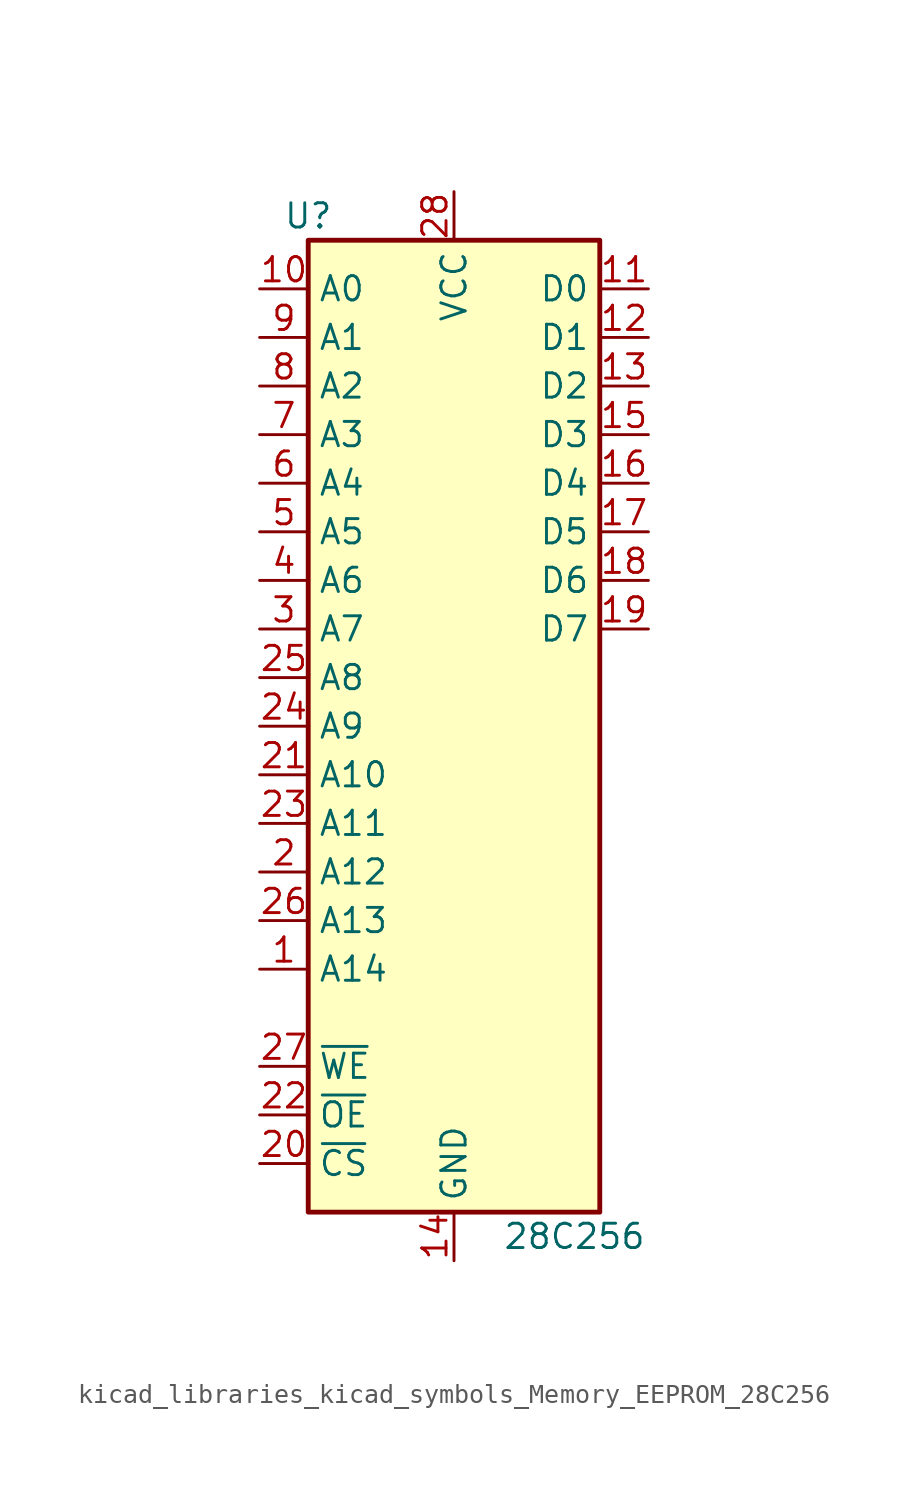
<source format=kicad_sym>
(kicad_symbol_lib
  (version 20220914)
  (generator kicad_symbol_editor)
  (symbol "kicad_libraries_kicad_symbols_Memory_EEPROM_28C256"
    (property "Reference" "U"
      (at -7.62 26.67 0)
      (effects (font (size 1.27 1.27))))
    (property "Value" "28C256"
      (at 2.54 -26.67 0)
      (effects (font (size 1.27 1.27)) (justify left)))
    (symbol "kicad_libraries_kicad_symbols_Memory_EEPROM_28C256_1_1"
      (rectangle (start -7.62 25.4) (end 7.62 -25.4) (stroke (width 0.254) (type default)) (fill (type background)))
      (pin input line (at -10.16 -12.7 0) (length 2.54) (name "A14" (effects (font (size 1.27 1.27)))) (number "1" (effects (font (size 1.27 1.27)))))
      (pin input line (at -10.16 22.86 0) (length 2.54) (name "A0" (effects (font (size 1.27 1.27)))) (number "10" (effects (font (size 1.27 1.27)))))
      (pin tri_state line (at 10.16 22.86 180) (length 2.54) (name "D0" (effects (font (size 1.27 1.27)))) (number "11" (effects (font (size 1.27 1.27)))))
      (pin tri_state line (at 10.16 20.32 180) (length 2.54) (name "D1" (effects (font (size 1.27 1.27)))) (number "12" (effects (font (size 1.27 1.27)))))
      (pin tri_state line (at 10.16 17.78 180) (length 2.54) (name "D2" (effects (font (size 1.27 1.27)))) (number "13" (effects (font (size 1.27 1.27)))))
      (pin power_in line (at 0 -27.94 90) (length 2.54) (name "GND" (effects (font (size 1.27 1.27)))) (number "14" (effects (font (size 1.27 1.27)))))
      (pin tri_state line (at 10.16 15.24 180) (length 2.54) (name "D3" (effects (font (size 1.27 1.27)))) (number "15" (effects (font (size 1.27 1.27)))))
      (pin tri_state line (at 10.16 12.7 180) (length 2.54) (name "D4" (effects (font (size 1.27 1.27)))) (number "16" (effects (font (size 1.27 1.27)))))
      (pin tri_state line (at 10.16 10.16 180) (length 2.54) (name "D5" (effects (font (size 1.27 1.27)))) (number "17" (effects (font (size 1.27 1.27)))))
      (pin tri_state line (at 10.16 7.62 180) (length 2.54) (name "D6" (effects (font (size 1.27 1.27)))) (number "18" (effects (font (size 1.27 1.27)))))
      (pin tri_state line (at 10.16 5.08 180) (length 2.54) (name "D7" (effects (font (size 1.27 1.27)))) (number "19" (effects (font (size 1.27 1.27)))))
      (pin input line (at -10.16 -7.62 0) (length 2.54) (name "A12" (effects (font (size 1.27 1.27)))) (number "2" (effects (font (size 1.27 1.27)))))
      (pin input line (at -10.16 -22.86 0) (length 2.54) (name "~{CS}" (effects (font (size 1.27 1.27)))) (number "20" (effects (font (size 1.27 1.27)))))
      (pin input line (at -10.16 -2.54 0) (length 2.54) (name "A10" (effects (font (size 1.27 1.27)))) (number "21" (effects (font (size 1.27 1.27)))))
      (pin input line (at -10.16 -20.32 0) (length 2.54) (name "~{OE}" (effects (font (size 1.27 1.27)))) (number "22" (effects (font (size 1.27 1.27)))))
      (pin input line (at -10.16 -5.08 0) (length 2.54) (name "A11" (effects (font (size 1.27 1.27)))) (number "23" (effects (font (size 1.27 1.27)))))
      (pin input line (at -10.16 0 0) (length 2.54) (name "A9" (effects (font (size 1.27 1.27)))) (number "24" (effects (font (size 1.27 1.27)))))
      (pin input line (at -10.16 2.54 0) (length 2.54) (name "A8" (effects (font (size 1.27 1.27)))) (number "25" (effects (font (size 1.27 1.27)))))
      (pin input line (at -10.16 -10.16 0) (length 2.54) (name "A13" (effects (font (size 1.27 1.27)))) (number "26" (effects (font (size 1.27 1.27)))))
      (pin input line (at -10.16 -17.78 0) (length 2.54) (name "~{WE}" (effects (font (size 1.27 1.27)))) (number "27" (effects (font (size 1.27 1.27)))))
      (pin power_in line (at 0 27.94 270) (length 2.54) (name "VCC" (effects (font (size 1.27 1.27)))) (number "28" (effects (font (size 1.27 1.27)))))
      (pin input line (at -10.16 5.08 0) (length 2.54) (name "A7" (effects (font (size 1.27 1.27)))) (number "3" (effects (font (size 1.27 1.27)))))
      (pin input line (at -10.16 7.62 0) (length 2.54) (name "A6" (effects (font (size 1.27 1.27)))) (number "4" (effects (font (size 1.27 1.27)))))
      (pin input line (at -10.16 10.16 0) (length 2.54) (name "A5" (effects (font (size 1.27 1.27)))) (number "5" (effects (font (size 1.27 1.27)))))
      (pin input line (at -10.16 12.7 0) (length 2.54) (name "A4" (effects (font (size 1.27 1.27)))) (number "6" (effects (font (size 1.27 1.27)))))
      (pin input line (at -10.16 15.24 0) (length 2.54) (name "A3" (effects (font (size 1.27 1.27)))) (number "7" (effects (font (size 1.27 1.27)))))
      (pin input line (at -10.16 17.78 0) (length 2.54) (name "A2" (effects (font (size 1.27 1.27)))) (number "8" (effects (font (size 1.27 1.27)))))
      (pin input line (at -10.16 20.32 0) (length 2.54) (name "A1" (effects (font (size 1.27 1.27)))) (number "9" (effects (font (size 1.27 1.27))))))))
</source>
